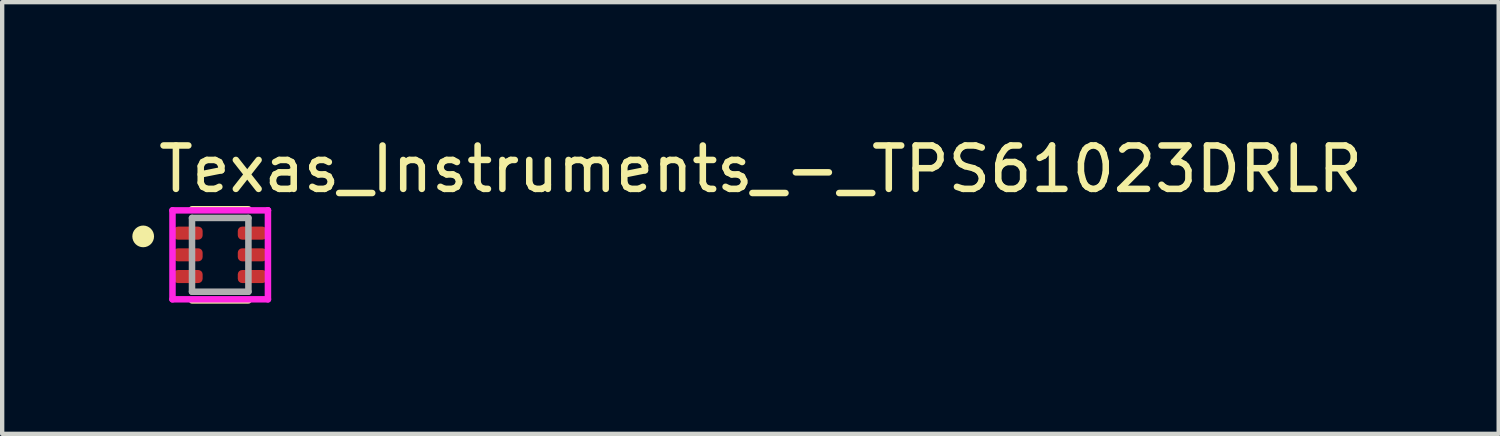
<source format=kicad_pcb>
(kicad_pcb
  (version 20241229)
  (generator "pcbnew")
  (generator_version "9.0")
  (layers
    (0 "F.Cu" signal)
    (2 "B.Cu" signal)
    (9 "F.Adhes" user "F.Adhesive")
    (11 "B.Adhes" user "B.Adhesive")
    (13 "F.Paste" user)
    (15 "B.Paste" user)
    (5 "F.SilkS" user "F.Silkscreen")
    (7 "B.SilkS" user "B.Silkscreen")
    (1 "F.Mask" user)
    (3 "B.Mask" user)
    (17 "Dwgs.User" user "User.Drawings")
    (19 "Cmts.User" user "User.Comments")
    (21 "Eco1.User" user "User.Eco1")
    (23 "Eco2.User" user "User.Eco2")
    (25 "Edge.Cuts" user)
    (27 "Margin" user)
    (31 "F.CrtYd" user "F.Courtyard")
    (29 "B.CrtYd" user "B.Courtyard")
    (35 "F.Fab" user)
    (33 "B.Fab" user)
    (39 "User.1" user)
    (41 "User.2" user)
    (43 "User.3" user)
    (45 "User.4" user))
  (footprint "Texas_Instruments_-_TPS61023DRLR"
    (layer "F.Cu")
    (at 2.025 2.823)
    (property "Reference" "Texas_Instruments_-_TPS61023DRLR" (at -1.5 -1.975 0) (layer "F.SilkS") (effects (font (size 1 1) (thickness 0.15)) (justify left)))
    (attr through_hole)
    (fp_line (start -0.65 -1.05) (end 0.65 -1.05) (stroke (width 0.15) (type solid)) (layer "F.SilkS"))
    (fp_line (start -0.65 1.05) (end 0.65 1.05) (stroke (width 0.15) (type solid)) (layer "F.SilkS"))
    (fp_circle (center -1.775 -0.425) (end -1.65 -0.425) (stroke (width 0.25) (type solid)) (fill no) (layer "F.SilkS"))
    (fp_line (start -1.1 -1.025) (end -1.1 1.025) (stroke (width 0.15) (type solid)) (layer "F.CrtYd"))
    (fp_line (start -1.1 1.025) (end 1.1 1.025) (stroke (width 0.15) (type solid)) (layer "F.CrtYd"))
    (fp_line (start 1.1 -1.025) (end -1.1 -1.025) (stroke (width 0.15) (type solid)) (layer "F.CrtYd"))
    (fp_line (start 1.1 -1.025) (end 1.1 -1.025) (stroke (width 0.15) (type solid)) (layer "F.CrtYd"))
    (fp_line (start 1.1 1.025) (end 1.1 -1.025) (stroke (width 0.15) (type solid)) (layer "F.CrtYd"))
    (fp_line (start -0.65 -0.85) (end 0.65 -0.85) (stroke (width 0.15) (type solid)) (layer "F.Fab"))
    (fp_line (start -0.65 0.85) (end -0.65 -0.85) (stroke (width 0.15) (type solid)) (layer "F.Fab"))
    (fp_line (start 0.65 -0.85) (end 0.65 0.85) (stroke (width 0.15) (type solid)) (layer "F.Fab"))
    (fp_line (start 0.65 0.85) (end -0.65 0.85) (stroke (width 0.15) (type solid)) (layer "F.Fab"))
    (pad "1" smd roundrect (at -0.74 -0.5) (size 0.67 0.3) (layers "F.Cu" "F.Mask" "F.Paste") (roundrect_rratio 0.333))
    (pad "2" smd roundrect (at -0.74 0) (size 0.67 0.3) (layers "F.Cu" "F.Mask" "F.Paste") (roundrect_rratio 0.333))
    (pad "3" smd roundrect (at -0.74 0.5) (size 0.67 0.3) (layers "F.Cu" "F.Mask" "F.Paste") (roundrect_rratio 0.333))
    (pad "4" smd roundrect (at 0.74 0.5) (size 0.67 0.3) (layers "F.Cu" "F.Mask" "F.Paste") (roundrect_rratio 0.333))
    (pad "5" smd roundrect (at 0.74 0) (size 0.67 0.3) (layers "F.Cu" "F.Mask" "F.Paste") (roundrect_rratio 0.333))
    (pad "6" smd roundrect (at 0.74 -0.5) (size 0.67 0.3) (layers "F.Cu" "F.Mask" "F.Paste") (roundrect_rratio 0.333)))
  (gr_rect
    (start -3 -3)
    (end 31.489 6.948)
    (stroke (width 0.1) (type default))
    (fill no)
    (layer "Edge.Cuts")))
</source>
